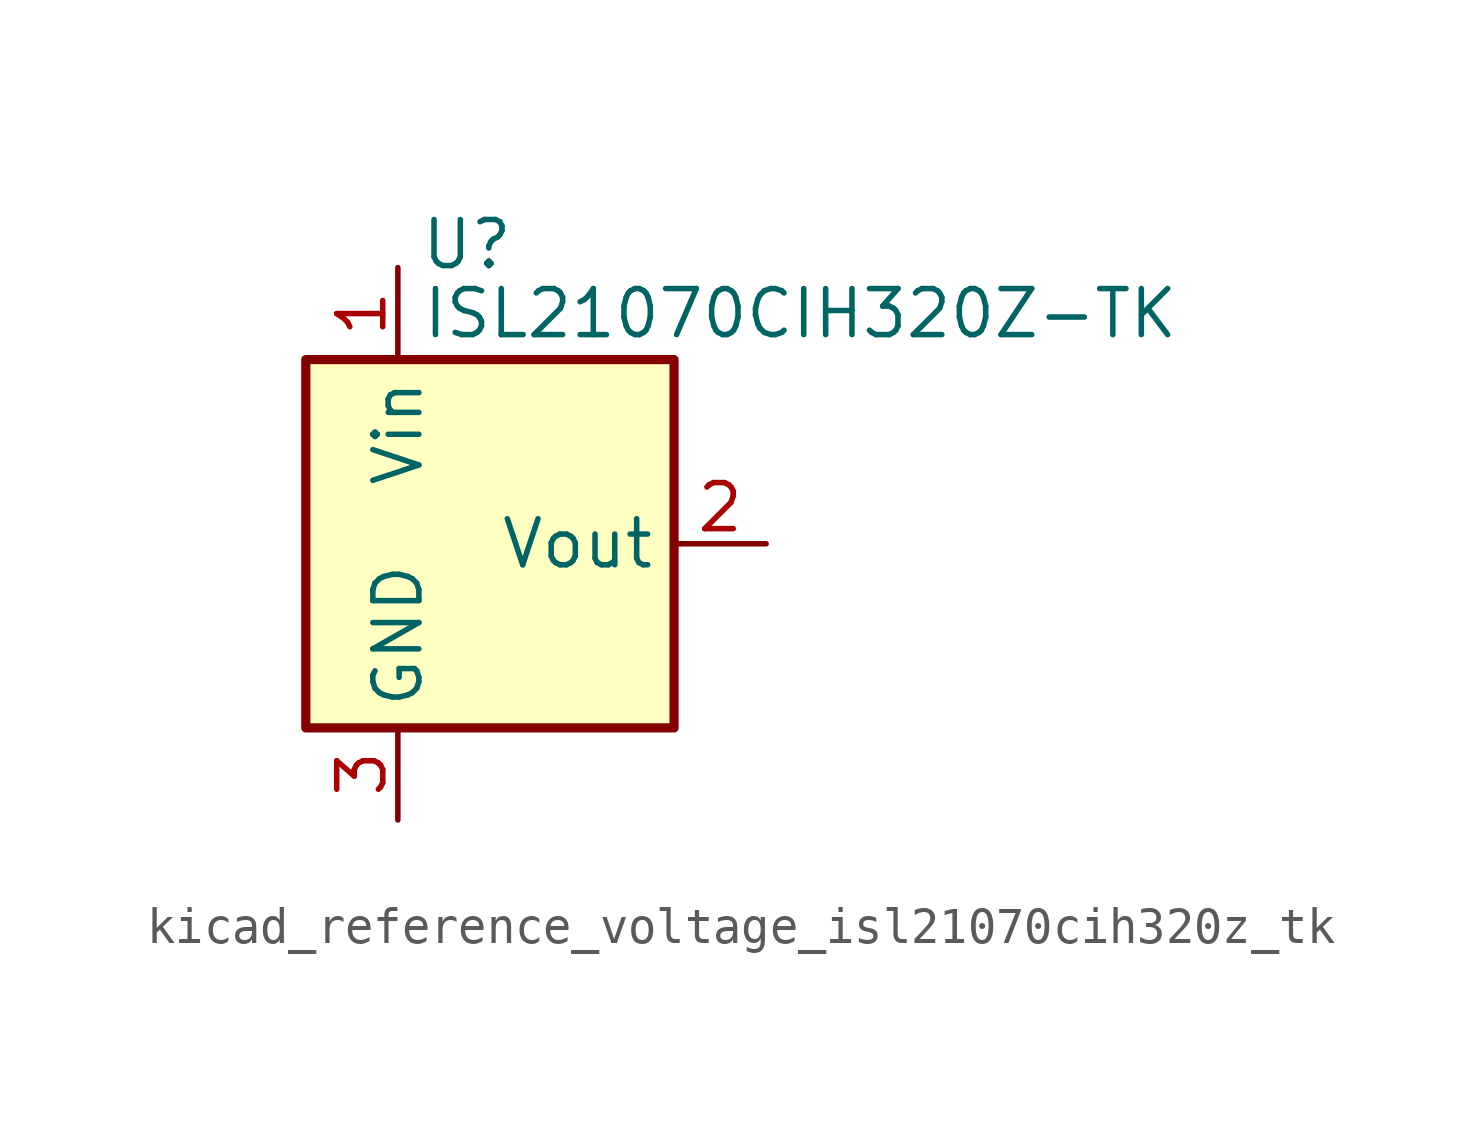
<source format=kicad_sym>
(kicad_symbol_lib
  (version 20220914)
  (generator kicad_symbol_editor)
  (symbol "kicad_reference_voltage_isl21070cih320z_tk"
    (property "Reference" "U"
      (at -0.635 8.255 0)
      (effects (font (size 1.27 1.27))))
    (property "Value" "ISL21070CIH320Z-TK"
      (at -1.905 6.35 0)
      (effects (font (size 1.27 1.27)) (justify left)))
    (symbol "kicad_reference_voltage_isl21070cih320z_tk_0_1"
      (rectangle (start -5.08 5.08) (end 5.08 -5.08) (stroke (width 0.254) (type default)) (fill (type background))))
    (symbol "kicad_reference_voltage_isl21070cih320z_tk_1_1"
      (pin power_in line (at -2.54 7.62 270) (length 2.54) (name "Vin" (effects (font (size 1.27 1.27)))) (number "1" (effects (font (size 1.27 1.27)))))
      (pin power_out line (at 7.62 0 180) (length 2.54) (name "Vout" (effects (font (size 1.27 1.27)))) (number "2" (effects (font (size 1.27 1.27)))))
      (pin power_in line (at -2.54 -7.62 90) (length 2.54) (name "GND" (effects (font (size 1.27 1.27)))) (number "3" (effects (font (size 1.27 1.27))))))))
</source>
